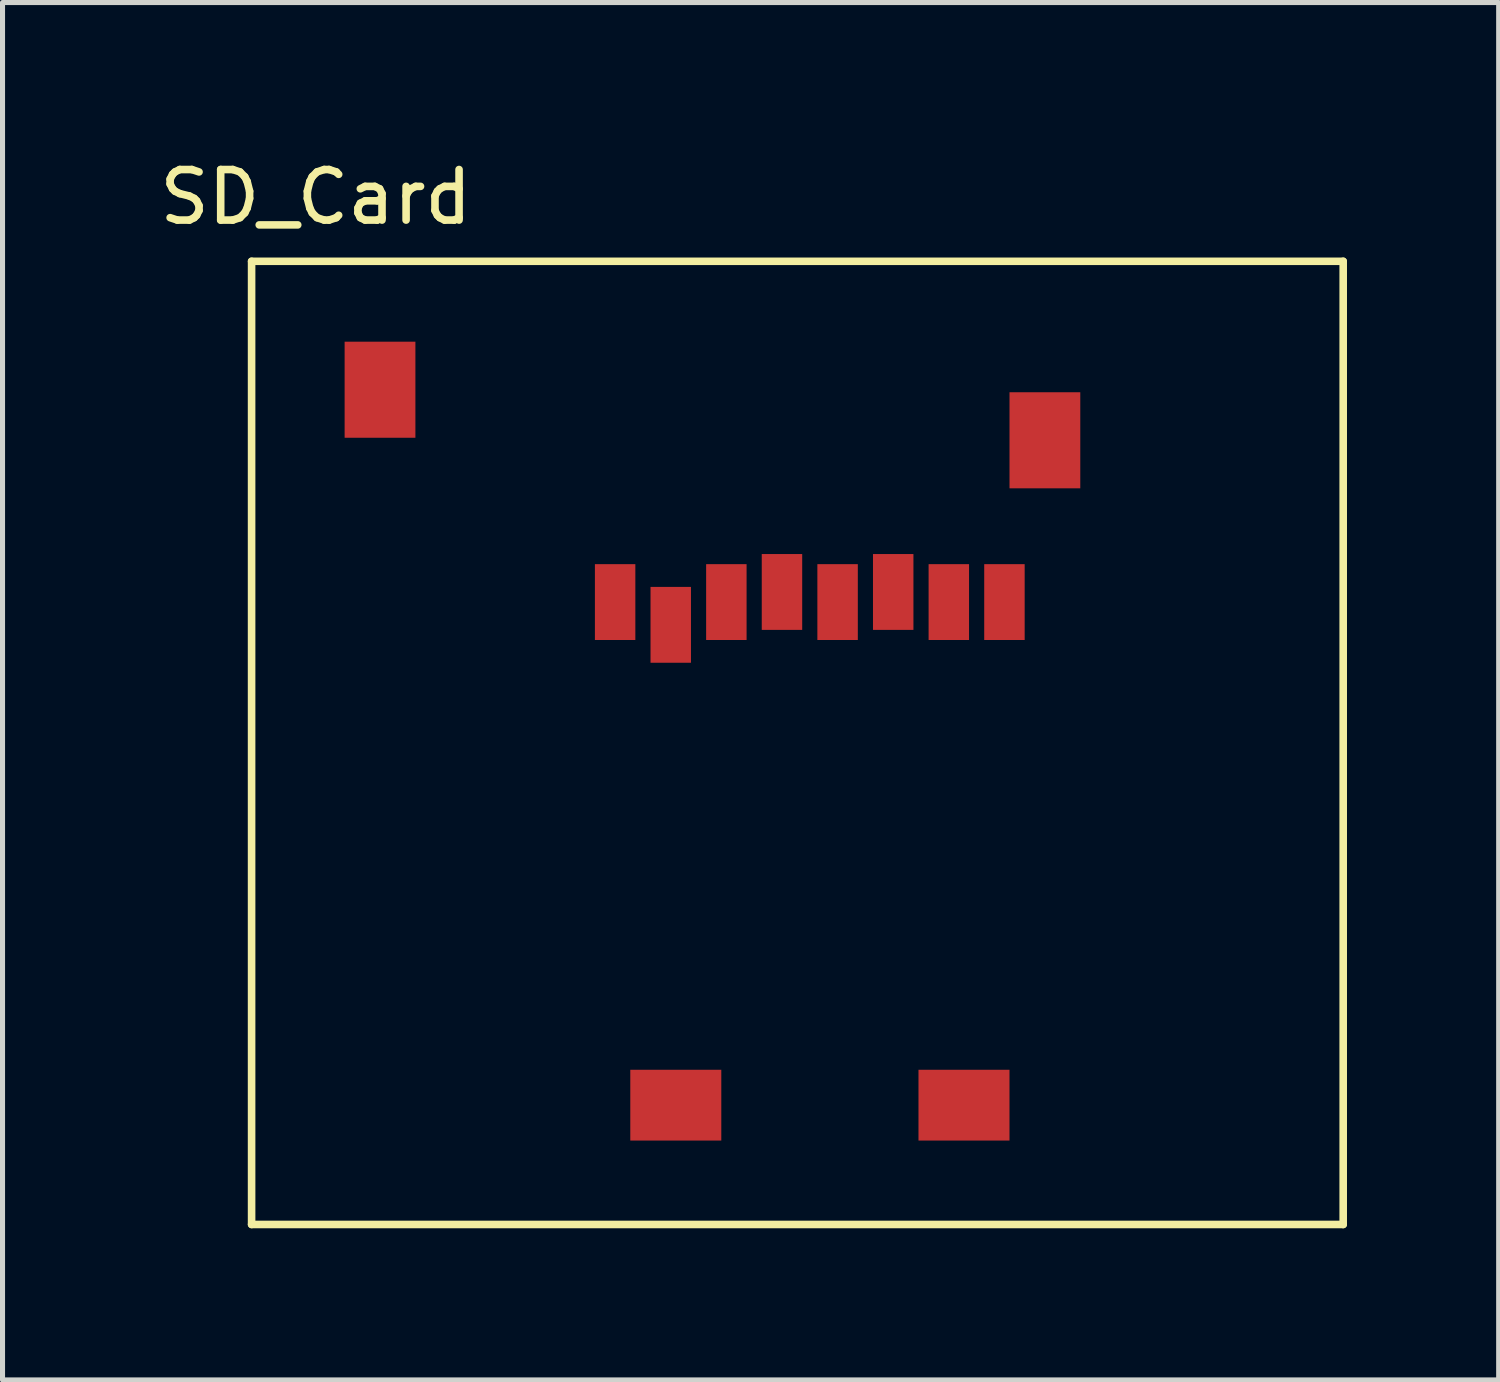
<source format=kicad_pcb>
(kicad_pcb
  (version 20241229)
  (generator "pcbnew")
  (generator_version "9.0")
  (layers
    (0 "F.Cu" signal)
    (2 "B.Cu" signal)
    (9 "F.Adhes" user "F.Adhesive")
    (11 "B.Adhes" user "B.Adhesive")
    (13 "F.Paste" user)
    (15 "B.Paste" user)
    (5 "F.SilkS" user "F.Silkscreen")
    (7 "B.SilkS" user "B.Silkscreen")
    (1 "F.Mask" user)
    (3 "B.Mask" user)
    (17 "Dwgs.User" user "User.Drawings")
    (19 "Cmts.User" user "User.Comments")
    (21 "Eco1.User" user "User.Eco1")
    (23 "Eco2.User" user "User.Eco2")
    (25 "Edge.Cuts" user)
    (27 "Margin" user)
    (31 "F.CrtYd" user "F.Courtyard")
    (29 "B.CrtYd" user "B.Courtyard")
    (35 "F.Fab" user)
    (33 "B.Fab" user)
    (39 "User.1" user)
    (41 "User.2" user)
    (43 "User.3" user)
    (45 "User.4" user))
  (footprint "SD_Card"
    (layer "F.Cu")
    (at 4.466 4.658)
    (property "Reference" "SD_Card" (at -1.27 -3.81 0) (layer "F.SilkS") (effects (font (size 1 1) (thickness 0.15))))
    (attr through_hole)
    (fp_line (start -2.54 -2.54) (end 19.05 -2.54) (stroke (width 0.15) (type solid)) (layer "F.SilkS"))
    (fp_line (start -2.54 16.51) (end -2.54 -2.54) (stroke (width 0.15) (type solid)) (layer "F.SilkS"))
    (fp_line (start 19.05 -2.54) (end 19.05 16.51) (stroke (width 0.15) (type solid)) (layer "F.SilkS"))
    (fp_line (start 19.05 16.51) (end -2.54 16.51) (stroke (width 0.15) (type solid)) (layer "F.SilkS"))
    (pad "1" smd rect (at 4.65 4.2) (size 0.8 1.5) (layers "F.Cu" "F.Mask" "F.Paste"))
    (pad "2" smd rect (at 5.75 4.65) (size 0.8 1.5) (layers "F.Cu" "F.Mask" "F.Paste"))
    (pad "3" smd rect (at 6.85 4.2) (size 0.8 1.5) (layers "F.Cu" "F.Mask" "F.Paste"))
    (pad "4" smd rect (at 7.95 4) (size 0.8 1.5) (layers "F.Cu" "F.Mask" "F.Paste"))
    (pad "5" smd rect (at 9.05 4.2) (size 0.8 1.5) (layers "F.Cu" "F.Mask" "F.Paste"))
    (pad "6" smd rect (at 10.15 4) (size 0.8 1.5) (layers "F.Cu" "F.Mask" "F.Paste"))
    (pad "7" smd rect (at 11.25 4.2) (size 0.8 1.5) (layers "F.Cu" "F.Mask" "F.Paste"))
    (pad "8" smd rect (at 12.35 4.2) (size 0.8 1.5) (layers "F.Cu" "F.Mask" "F.Paste"))
    (pad "9" smd rect (at 11.55 14.15) (size 1.8 1.4) (layers "F.Cu" "F.Mask" "F.Paste"))
    (pad "10" smd rect (at 5.85 14.15) (size 1.8 1.4) (layers "F.Cu" "F.Mask" "F.Paste"))
    (pad "GND" smd rect (at 0 0) (size 1.4 1.9) (layers "F.Cu" "F.Mask" "F.Paste"))
    (pad "GND" smd rect (at 13.15 1) (size 1.4 1.9) (layers "F.Cu" "F.Mask" "F.Paste")))
  (gr_rect
    (start -3 -3)
    (end 26.591 24.243)
    (stroke (width 0.1) (type default))
    (fill no)
    (layer "Edge.Cuts")))
</source>
